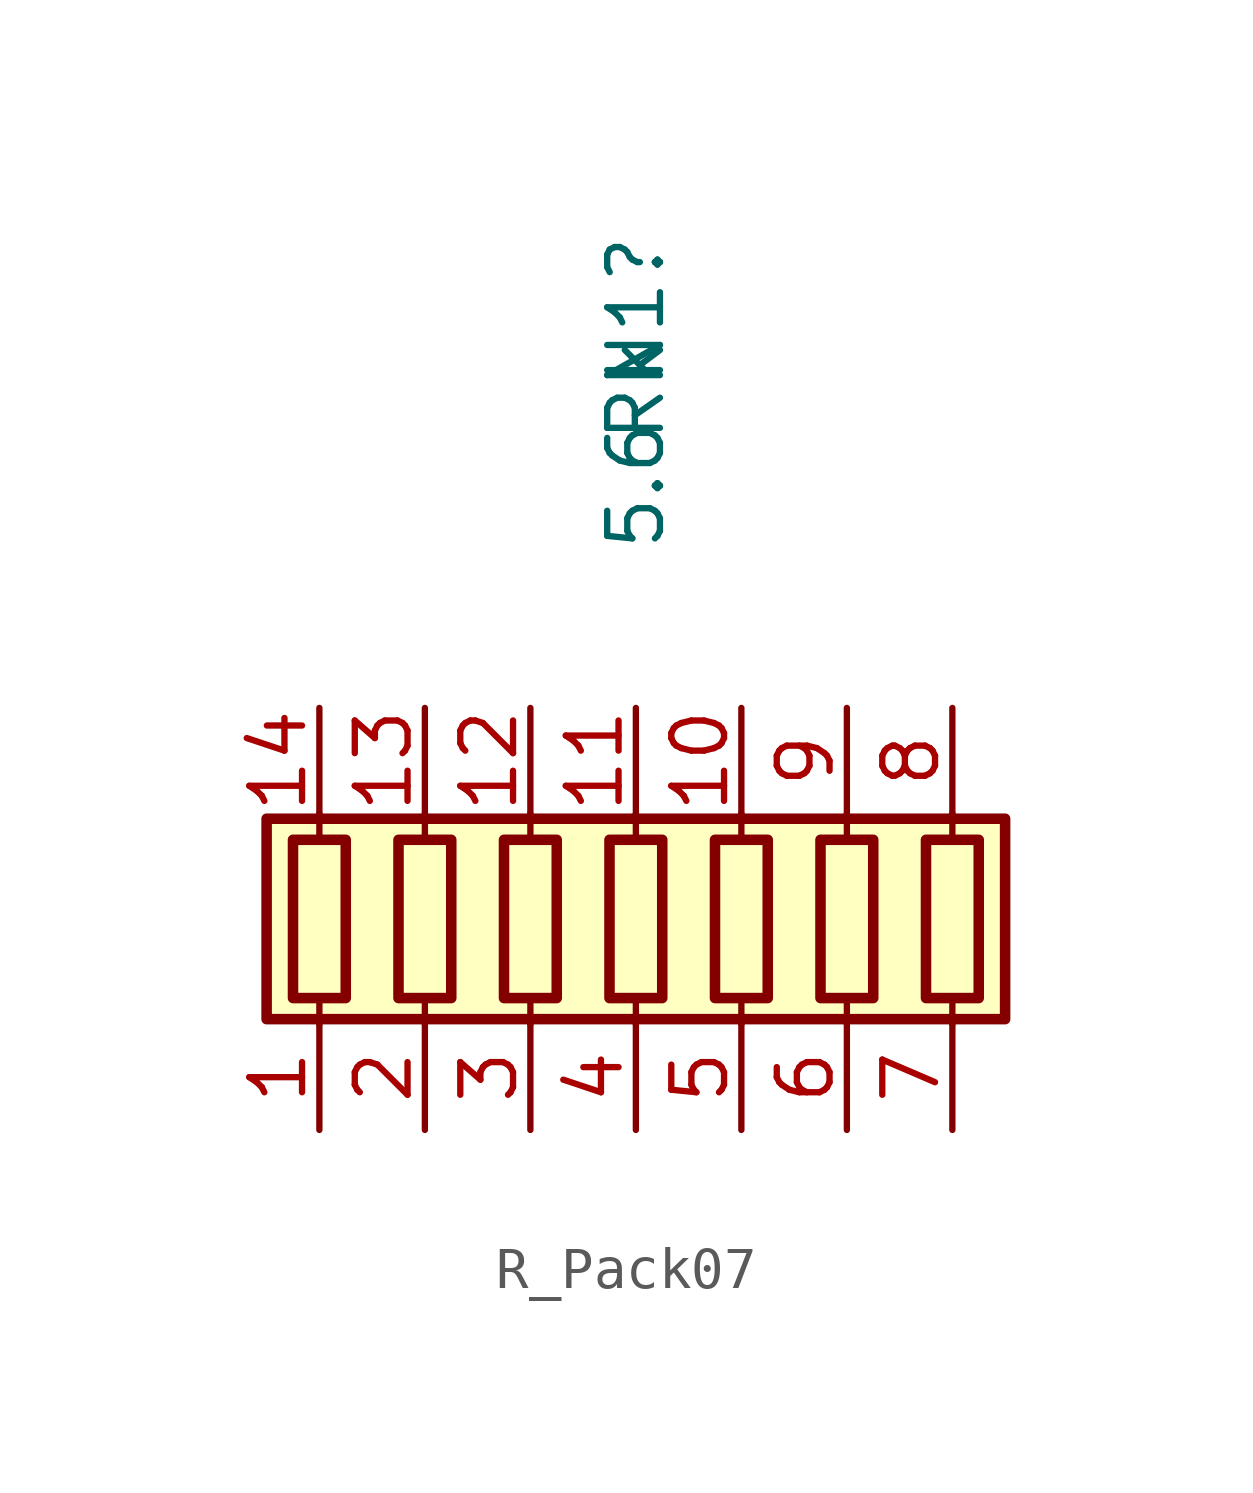
<source format=kicad_sym>
(kicad_symbol_lib
  (version 20211014)
  (generator kicad_symbol_editor)
  (symbol "R_Pack07"
    (pin_names
      (offset 0) hide)
    (property "Reference" "RN1"
      (at 0 13.97 90)
      (effects (font (size 1.27 1.27))))
    (property "Value" "5.6 k"
      (at 0 11.43 90)
      (effects (font (size 1.27 1.27))))
    (symbol "R_Pack07_0_1"
      (rectangle (start -8.89 -2.413) (end 8.89 2.413) (stroke (width 0.254) (type default) (color 0 0 0 0)) (fill (type background)))
      (rectangle (start -8.255 1.905) (end -6.985 -1.905) (stroke (width 0.254) (type default) (color 0 0 0 0)) (fill (type none)))
      (rectangle (start -5.715 1.905) (end -4.445 -1.905) (stroke (width 0.254) (type default) (color 0 0 0 0)) (fill (type none)))
      (rectangle (start -3.175 1.905) (end -1.905 -1.905) (stroke (width 0.254) (type default) (color 0 0 0 0)) (fill (type none)))
      (rectangle (start -0.635 1.905) (end 0.635 -1.905) (stroke (width 0.254) (type default) (color 0 0 0 0)) (fill (type none)))
      (polyline (pts (xy -7.62 -2.54) (xy -7.62 -1.905)) (stroke (width 0) (type default) (color 0 0 0 0)) (fill (type none)))
      (polyline (pts (xy -7.62 1.905) (xy -7.62 2.54)) (stroke (width 0) (type default) (color 0 0 0 0)) (fill (type none)))
      (polyline (pts (xy -5.08 -2.54) (xy -5.08 -1.905)) (stroke (width 0) (type default) (color 0 0 0 0)) (fill (type none)))
      (polyline (pts (xy -5.08 1.905) (xy -5.08 2.54)) (stroke (width 0) (type default) (color 0 0 0 0)) (fill (type none)))
      (polyline (pts (xy -2.54 -2.54) (xy -2.54 -1.905)) (stroke (width 0) (type default) (color 0 0 0 0)) (fill (type none)))
      (polyline (pts (xy -2.54 1.905) (xy -2.54 2.54)) (stroke (width 0) (type default) (color 0 0 0 0)) (fill (type none)))
      (polyline (pts (xy 0 -2.54) (xy 0 -1.905)) (stroke (width 0) (type default) (color 0 0 0 0)) (fill (type none)))
      (polyline (pts (xy 0 1.905) (xy 0 2.54)) (stroke (width 0) (type default) (color 0 0 0 0)) (fill (type none)))
      (polyline (pts (xy 2.54 -2.54) (xy 2.54 -1.905)) (stroke (width 0) (type default) (color 0 0 0 0)) (fill (type none)))
      (polyline (pts (xy 2.54 1.905) (xy 2.54 2.54)) (stroke (width 0) (type default) (color 0 0 0 0)) (fill (type none)))
      (polyline (pts (xy 5.08 -2.54) (xy 5.08 -1.905)) (stroke (width 0) (type default) (color 0 0 0 0)) (fill (type none)))
      (polyline (pts (xy 5.08 1.905) (xy 5.08 2.54)) (stroke (width 0) (type default) (color 0 0 0 0)) (fill (type none)))
      (polyline (pts (xy 7.62 -2.54) (xy 7.62 -1.905)) (stroke (width 0) (type default) (color 0 0 0 0)) (fill (type none)))
      (polyline (pts (xy 7.62 1.905) (xy 7.62 2.54)) (stroke (width 0) (type default) (color 0 0 0 0)) (fill (type none)))
      (rectangle (start 1.905 1.905) (end 3.175 -1.905) (stroke (width 0.254) (type default) (color 0 0 0 0)) (fill (type none)))
      (rectangle (start 4.445 1.905) (end 5.715 -1.905) (stroke (width 0.254) (type default) (color 0 0 0 0)) (fill (type none)))
      (rectangle (start 6.985 1.905) (end 8.255 -1.905) (stroke (width 0.254) (type default) (color 0 0 0 0)) (fill (type none))))
    (symbol "R_Pack07_1_1"
      (pin passive line (at -7.62 -5.08 90) (length 2.54) (name "R1.1" (effects (font (size 1.27 1.27)))) (number "1" (effects (font (size 1.27 1.27)))))
      (pin passive line (at 2.54 5.08 270) (length 2.54) (name "R5.2" (effects (font (size 1.27 1.27)))) (number "10" (effects (font (size 1.27 1.27)))))
      (pin passive line (at 0 5.08 270) (length 2.54) (name "R4.2" (effects (font (size 1.27 1.27)))) (number "11" (effects (font (size 1.27 1.27)))))
      (pin passive line (at -2.54 5.08 270) (length 2.54) (name "R3.2" (effects (font (size 1.27 1.27)))) (number "12" (effects (font (size 1.27 1.27)))))
      (pin passive line (at -5.08 5.08 270) (length 2.54) (name "R2.2" (effects (font (size 1.27 1.27)))) (number "13" (effects (font (size 1.27 1.27)))))
      (pin passive line (at -7.62 5.08 270) (length 2.54) (name "R1.2" (effects (font (size 1.27 1.27)))) (number "14" (effects (font (size 1.27 1.27)))))
      (pin passive line (at -5.08 -5.08 90) (length 2.54) (name "R2.1" (effects (font (size 1.27 1.27)))) (number "2" (effects (font (size 1.27 1.27)))))
      (pin passive line (at -2.54 -5.08 90) (length 2.54) (name "R3.1" (effects (font (size 1.27 1.27)))) (number "3" (effects (font (size 1.27 1.27)))))
      (pin passive line (at 0 -5.08 90) (length 2.54) (name "R4.1" (effects (font (size 1.27 1.27)))) (number "4" (effects (font (size 1.27 1.27)))))
      (pin passive line (at 2.54 -5.08 90) (length 2.54) (name "R5.1" (effects (font (size 1.27 1.27)))) (number "5" (effects (font (size 1.27 1.27)))))
      (pin passive line (at 5.08 -5.08 90) (length 2.54) (name "R6.1" (effects (font (size 1.27 1.27)))) (number "6" (effects (font (size 1.27 1.27)))))
      (pin passive line (at 7.62 -5.08 90) (length 2.54) (name "R7.1" (effects (font (size 1.27 1.27)))) (number "7" (effects (font (size 1.27 1.27)))))
      (pin passive line (at 7.62 5.08 270) (length 2.54) (name "R7.2" (effects (font (size 1.27 1.27)))) (number "8" (effects (font (size 1.27 1.27)))))
      (pin passive line (at 5.08 5.08 270) (length 2.54) (name "R6.2" (effects (font (size 1.27 1.27)))) (number "9" (effects (font (size 1.27 1.27))))))))
</source>
